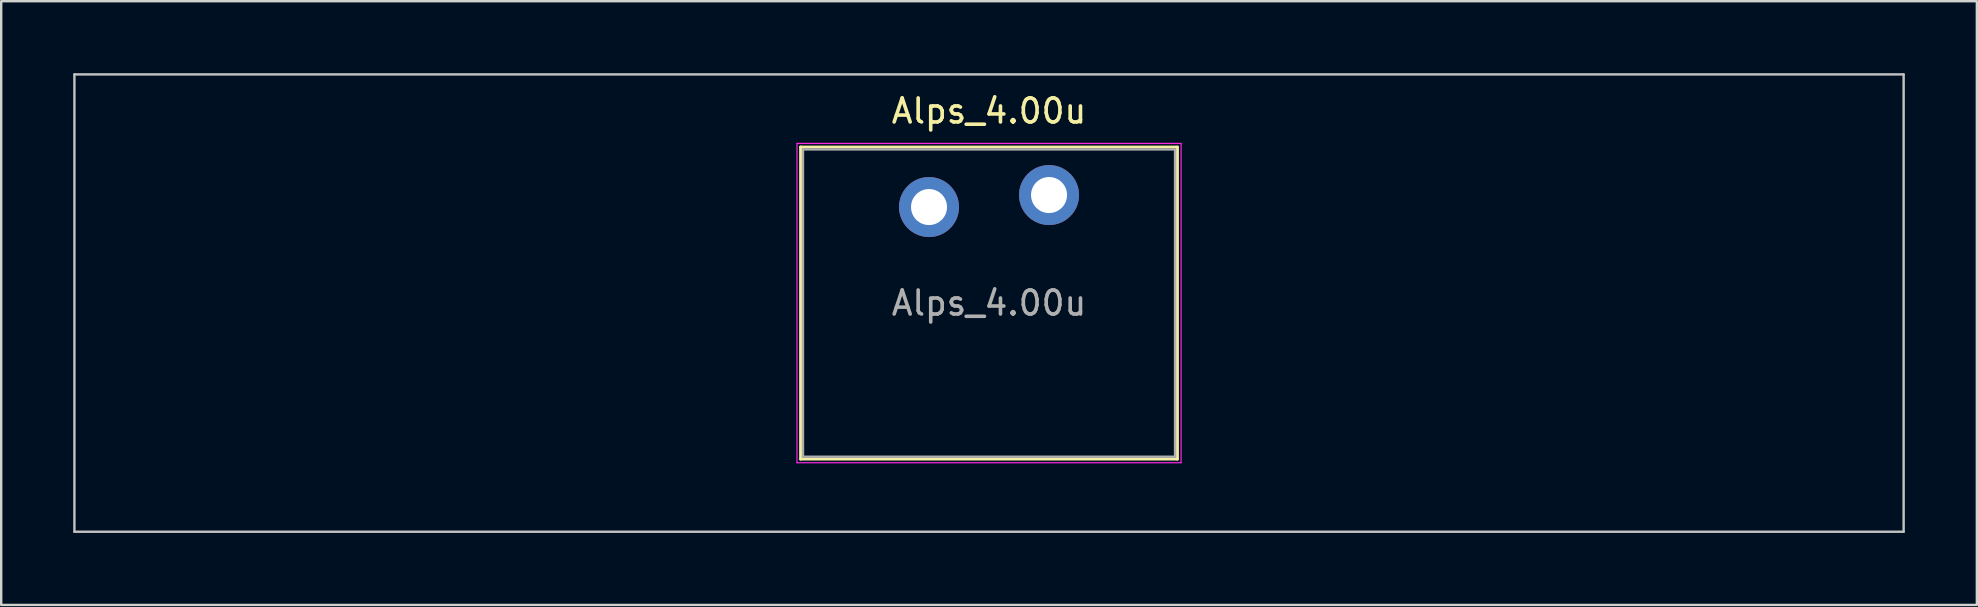
<source format=kicad_pcb>
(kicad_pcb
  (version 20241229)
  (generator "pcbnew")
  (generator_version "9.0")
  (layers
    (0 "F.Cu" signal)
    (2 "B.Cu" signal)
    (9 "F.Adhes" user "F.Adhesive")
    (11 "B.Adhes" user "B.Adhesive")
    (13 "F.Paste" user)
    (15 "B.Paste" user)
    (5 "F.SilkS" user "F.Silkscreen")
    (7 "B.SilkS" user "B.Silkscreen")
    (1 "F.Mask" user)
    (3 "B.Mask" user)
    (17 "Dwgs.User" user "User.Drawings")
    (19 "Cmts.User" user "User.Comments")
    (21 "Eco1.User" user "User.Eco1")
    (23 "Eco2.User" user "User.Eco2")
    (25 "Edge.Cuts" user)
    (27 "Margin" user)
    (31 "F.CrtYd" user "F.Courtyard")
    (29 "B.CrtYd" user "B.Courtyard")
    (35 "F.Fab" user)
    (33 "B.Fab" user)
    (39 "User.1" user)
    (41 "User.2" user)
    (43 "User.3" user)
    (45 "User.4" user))
  (footprint "Alps_4.00u"
    (layer "F.Cu")
    (at 38.15 9.575)
    (property "Reference" "Alps_4.00u" (at 0 -8 0) (layer "F.SilkS") (effects (font (size 1 1) (thickness 0.15))))
    (attr through_hole)
    (fp_line (start -7.85 -6.5) (end -7.85 6.5) (stroke (width 0.12) (type solid)) (layer "F.SilkS"))
    (fp_line (start -7.85 6.5) (end 7.85 6.5) (stroke (width 0.12) (type solid)) (layer "F.SilkS"))
    (fp_line (start 7.85 -6.5) (end -7.85 -6.5) (stroke (width 0.12) (type solid)) (layer "F.SilkS"))
    (fp_line (start 7.85 6.5) (end 7.85 -6.5) (stroke (width 0.12) (type solid)) (layer "F.SilkS"))
    (fp_line (start -38.1 -9.525) (end -38.1 9.525) (stroke (width 0.1) (type solid)) (layer "Dwgs.User"))
    (fp_line (start -38.1 9.525) (end 38.1 9.525) (stroke (width 0.1) (type solid)) (layer "Dwgs.User"))
    (fp_line (start 38.1 -9.525) (end -38.1 -9.525) (stroke (width 0.1) (type solid)) (layer "Dwgs.User"))
    (fp_line (start 38.1 9.525) (end 38.1 -9.525) (stroke (width 0.1) (type solid)) (layer "Dwgs.User"))
    (fp_line (start -7.75 -6.4) (end -7.75 6.4) (stroke (width 0.1) (type solid)) (layer "Eco1.User"))
    (fp_line (start -7.75 6.4) (end 7.75 6.4) (stroke (width 0.1) (type solid)) (layer "Eco1.User"))
    (fp_line (start 7.75 -6.4) (end -7.75 -6.4) (stroke (width 0.1) (type solid)) (layer "Eco1.User"))
    (fp_line (start 7.75 6.4) (end 7.75 -6.4) (stroke (width 0.1) (type solid)) (layer "Eco1.User"))
    (fp_line (start -8 -6.65) (end -8 6.65) (stroke (width 0.05) (type solid)) (layer "F.CrtYd"))
    (fp_line (start -8 6.65) (end 8 6.65) (stroke (width 0.05) (type solid)) (layer "F.CrtYd"))
    (fp_line (start 8 -6.65) (end -8 -6.65) (stroke (width 0.05) (type solid)) (layer "F.CrtYd"))
    (fp_line (start 8 6.65) (end 8 -6.65) (stroke (width 0.05) (type solid)) (layer "F.CrtYd"))
    (fp_line (start -7.75 -6.4) (end -7.75 6.4) (stroke (width 0.1) (type solid)) (layer "F.Fab"))
    (fp_line (start -7.75 6.4) (end 7.75 6.4) (stroke (width 0.1) (type solid)) (layer "F.Fab"))
    (fp_line (start 7.75 -6.4) (end -7.75 -6.4) (stroke (width 0.1) (type solid)) (layer "F.Fab"))
    (fp_line (start 7.75 6.4) (end 7.75 -6.4) (stroke (width 0.1) (type solid)) (layer "F.Fab"))
    (fp_text user "${REFERENCE}" (at 0 0 0) (layer "F.Fab") (effects (font (size 1 1) (thickness 0.15))))
    (pad "1" thru_hole circle (at -2.5 -4) (size 2.5 2.5) (drill 1.5) (layers "*.Cu" "*.Mask"))
    (pad "2" thru_hole circle (at 2.5 -4.5) (size 2.5 2.5) (drill 1.5) (layers "*.Cu" "*.Mask")))
  (gr_rect
    (start -3 -3)
    (end 79.3 22.15)
    (stroke (width 0.1) (type default))
    (fill no)
    (layer "Edge.Cuts")))
</source>
